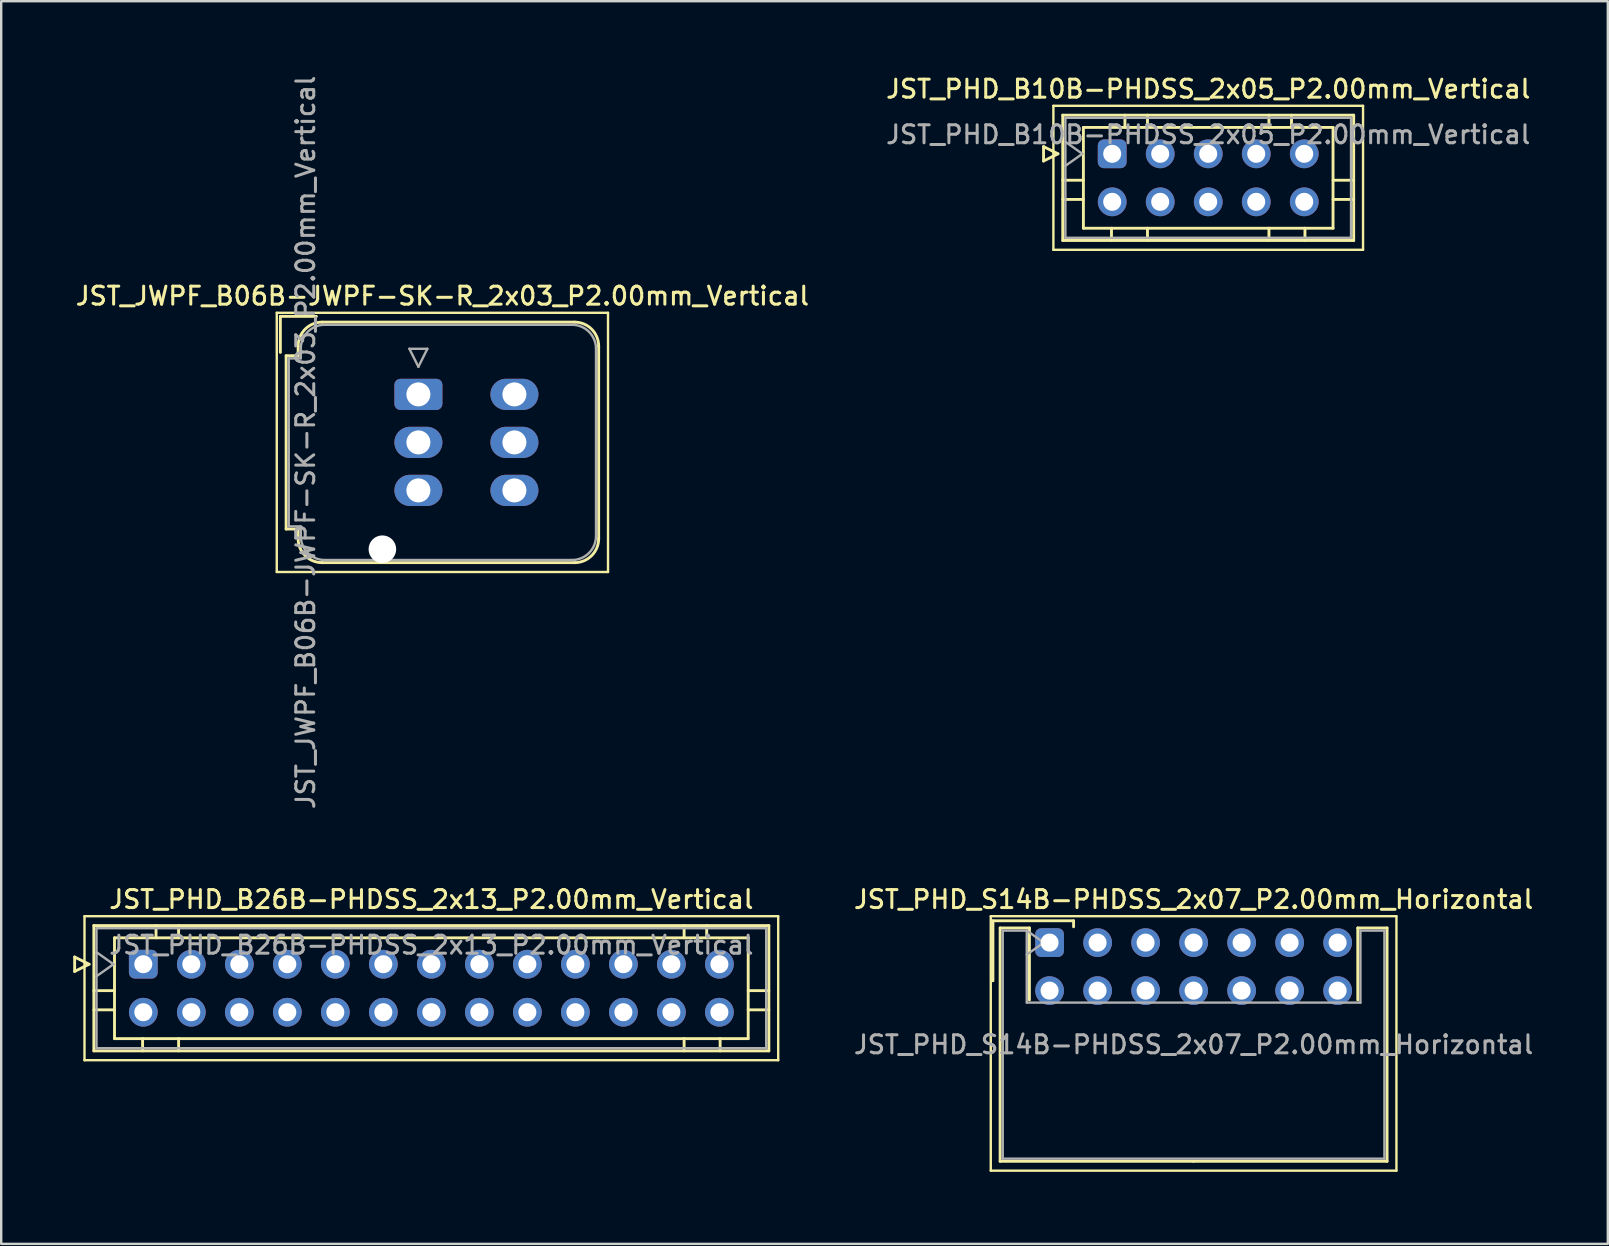
<source format=kicad_pcb>
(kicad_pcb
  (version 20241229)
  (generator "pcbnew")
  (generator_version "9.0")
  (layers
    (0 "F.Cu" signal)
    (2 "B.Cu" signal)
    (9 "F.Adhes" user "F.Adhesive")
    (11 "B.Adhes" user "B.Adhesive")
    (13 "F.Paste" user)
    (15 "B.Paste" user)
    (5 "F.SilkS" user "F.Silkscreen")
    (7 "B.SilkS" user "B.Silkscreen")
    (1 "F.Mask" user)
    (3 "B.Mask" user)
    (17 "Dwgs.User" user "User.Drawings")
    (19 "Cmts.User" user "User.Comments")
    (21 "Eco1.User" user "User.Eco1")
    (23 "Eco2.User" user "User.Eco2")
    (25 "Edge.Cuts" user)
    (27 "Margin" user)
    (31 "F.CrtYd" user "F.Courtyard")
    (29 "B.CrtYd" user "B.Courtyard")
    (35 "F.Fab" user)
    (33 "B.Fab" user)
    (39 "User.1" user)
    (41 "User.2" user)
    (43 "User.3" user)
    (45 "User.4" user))
  (footprint "JST_PHD_B26B-PHDSS_2x13_P2.00mm_Vertical"
    (layer "F.Cu")
    (at 2.92 37.119)
    (property "Reference" "JST_PHD_B26B-PHDSS_2x13_P2.00mm_Vertical" (at 12 -2.7 0) (layer "F.SilkS") (effects (font (size 0.75 0.75) (thickness 0.125))))
    (attr through_hole)
    (fp_line (start -2.86 -0.3) (end -2.26 0) (stroke (width 0.12) (type solid)) (layer "F.SilkS"))
    (fp_line (start -2.86 0.3) (end -2.86 -0.3) (stroke (width 0.12) (type solid)) (layer "F.SilkS"))
    (fp_line (start -2.45 -2) (end -2.45 4) (stroke (width 0.1) (type solid)) (layer "F.SilkS"))
    (fp_line (start -2.45 4) (end 26.45 4) (stroke (width 0.1) (type solid)) (layer "F.SilkS"))
    (fp_line (start -2.26 0) (end -2.86 0.3) (stroke (width 0.12) (type solid)) (layer "F.SilkS"))
    (fp_line (start -2.06 -1.61) (end -2.06 3.61) (stroke (width 0.12) (type solid)) (layer "F.SilkS"))
    (fp_line (start -2.06 1.1) (end -1.2 1.1) (stroke (width 0.12) (type solid)) (layer "F.SilkS"))
    (fp_line (start -2.06 1.9) (end -1.2 1.9) (stroke (width 0.12) (type solid)) (layer "F.SilkS"))
    (fp_line (start -2.06 3.61) (end 26.06 3.61) (stroke (width 0.12) (type solid)) (layer "F.SilkS"))
    (fp_line (start -1.2 -1.1) (end -1.2 3.1) (stroke (width 0.12) (type solid)) (layer "F.SilkS"))
    (fp_line (start -1.2 3.1) (end 25.2 3.1) (stroke (width 0.12) (type solid)) (layer "F.SilkS"))
    (fp_line (start -0.03 3.61) (end -0.03 3.1) (stroke (width 0.12) (type solid)) (layer "F.SilkS"))
    (fp_line (start 0.53 -1.61) (end 0.53 -1.1) (stroke (width 0.12) (type solid)) (layer "F.SilkS"))
    (fp_line (start 1.47 -1.61) (end 1.47 -1.1) (stroke (width 0.12) (type solid)) (layer "F.SilkS"))
    (fp_line (start 1.47 3.61) (end 1.47 3.1) (stroke (width 0.12) (type solid)) (layer "F.SilkS"))
    (fp_line (start 22.53 -1.61) (end 22.53 -1.1) (stroke (width 0.12) (type solid)) (layer "F.SilkS"))
    (fp_line (start 22.53 3.61) (end 22.53 3.1) (stroke (width 0.12) (type solid)) (layer "F.SilkS"))
    (fp_line (start 23.47 -1.61) (end 23.47 -1.1) (stroke (width 0.12) (type solid)) (layer "F.SilkS"))
    (fp_line (start 24.03 3.61) (end 24.03 3.1) (stroke (width 0.12) (type solid)) (layer "F.SilkS"))
    (fp_line (start 25.2 -1.1) (end -1.2 -1.1) (stroke (width 0.12) (type solid)) (layer "F.SilkS"))
    (fp_line (start 25.2 3.1) (end 25.2 -1.1) (stroke (width 0.12) (type solid)) (layer "F.SilkS"))
    (fp_line (start 26.06 -1.61) (end -2.06 -1.61) (stroke (width 0.12) (type solid)) (layer "F.SilkS"))
    (fp_line (start 26.06 1.1) (end 25.2 1.1) (stroke (width 0.12) (type solid)) (layer "F.SilkS"))
    (fp_line (start 26.06 1.9) (end 25.2 1.9) (stroke (width 0.12) (type solid)) (layer "F.SilkS"))
    (fp_line (start 26.06 3.61) (end 26.06 -1.61) (stroke (width 0.12) (type solid)) (layer "F.SilkS"))
    (fp_line (start 26.45 -2) (end -2.45 -2) (stroke (width 0.1) (type solid)) (layer "F.SilkS"))
    (fp_line (start 26.45 4) (end 26.45 -2) (stroke (width 0.1) (type solid)) (layer "F.SilkS"))
    (fp_line (start -1.95 -1.5) (end -1.95 3.5) (stroke (width 0.1) (type solid)) (layer "F.Fab"))
    (fp_line (start -1.95 0.5) (end -1.243 0) (stroke (width 0.1) (type solid)) (layer "F.Fab"))
    (fp_line (start -1.95 3.5) (end 25.95 3.5) (stroke (width 0.1) (type solid)) (layer "F.Fab"))
    (fp_line (start -1.243 0) (end -1.95 -0.5) (stroke (width 0.1) (type solid)) (layer "F.Fab"))
    (fp_line (start 25.95 -1.5) (end -1.95 -1.5) (stroke (width 0.1) (type solid)) (layer "F.Fab"))
    (fp_line (start 25.95 3.5) (end 25.95 -1.5) (stroke (width 0.1) (type solid)) (layer "F.Fab"))
    (fp_text user "${REFERENCE}" (at 12 -0.8 0) (layer "F.Fab") (effects (font (size 0.75 0.75) (thickness 0.125))))
    (pad "1" thru_hole roundrect (at 0 0) (size 1.2 1.2) (drill 0.75) (layers "*.Cu" "*.Mask") (roundrect_rratio 0.208))
    (pad "2" thru_hole circle (at 0 2) (size 1.2 1.2) (drill 0.75) (layers "*.Cu" "*.Mask"))
    (pad "3" thru_hole circle (at 2 0) (size 1.2 1.2) (drill 0.75) (layers "*.Cu" "*.Mask"))
    (pad "4" thru_hole circle (at 2 2) (size 1.2 1.2) (drill 0.75) (layers "*.Cu" "*.Mask"))
    (pad "5" thru_hole circle (at 4 0) (size 1.2 1.2) (drill 0.75) (layers "*.Cu" "*.Mask"))
    (pad "6" thru_hole circle (at 4 2) (size 1.2 1.2) (drill 0.75) (layers "*.Cu" "*.Mask"))
    (pad "7" thru_hole circle (at 6 0) (size 1.2 1.2) (drill 0.75) (layers "*.Cu" "*.Mask"))
    (pad "8" thru_hole circle (at 6 2) (size 1.2 1.2) (drill 0.75) (layers "*.Cu" "*.Mask"))
    (pad "9" thru_hole circle (at 8 0) (size 1.2 1.2) (drill 0.75) (layers "*.Cu" "*.Mask"))
    (pad "10" thru_hole circle (at 8 2) (size 1.2 1.2) (drill 0.75) (layers "*.Cu" "*.Mask"))
    (pad "11" thru_hole circle (at 10 0) (size 1.2 1.2) (drill 0.75) (layers "*.Cu" "*.Mask"))
    (pad "12" thru_hole circle (at 10 2) (size 1.2 1.2) (drill 0.75) (layers "*.Cu" "*.Mask"))
    (pad "13" thru_hole circle (at 12 0) (size 1.2 1.2) (drill 0.75) (layers "*.Cu" "*.Mask"))
    (pad "14" thru_hole circle (at 12 2) (size 1.2 1.2) (drill 0.75) (layers "*.Cu" "*.Mask"))
    (pad "15" thru_hole circle (at 14 0) (size 1.2 1.2) (drill 0.75) (layers "*.Cu" "*.Mask"))
    (pad "16" thru_hole circle (at 14 2) (size 1.2 1.2) (drill 0.75) (layers "*.Cu" "*.Mask"))
    (pad "17" thru_hole circle (at 16 0) (size 1.2 1.2) (drill 0.75) (layers "*.Cu" "*.Mask"))
    (pad "18" thru_hole circle (at 16 2) (size 1.2 1.2) (drill 0.75) (layers "*.Cu" "*.Mask"))
    (pad "19" thru_hole circle (at 18 0) (size 1.2 1.2) (drill 0.75) (layers "*.Cu" "*.Mask"))
    (pad "20" thru_hole circle (at 18 2) (size 1.2 1.2) (drill 0.75) (layers "*.Cu" "*.Mask"))
    (pad "21" thru_hole circle (at 20 0) (size 1.2 1.2) (drill 0.75) (layers "*.Cu" "*.Mask"))
    (pad "22" thru_hole circle (at 20 2) (size 1.2 1.2) (drill 0.75) (layers "*.Cu" "*.Mask"))
    (pad "23" thru_hole circle (at 22 0) (size 1.2 1.2) (drill 0.75) (layers "*.Cu" "*.Mask"))
    (pad "24" thru_hole circle (at 22 2) (size 1.2 1.2) (drill 0.75) (layers "*.Cu" "*.Mask"))
    (pad "25" thru_hole circle (at 24 0) (size 1.2 1.2) (drill 0.75) (layers "*.Cu" "*.Mask"))
    (pad "26" thru_hole circle (at 24 2) (size 1.2 1.2) (drill 0.75) (layers "*.Cu" "*.Mask")))
  (footprint "JST_PHD_B10B-PHDSS_2x05_P2.00mm_Vertical"
    (layer "F.Cu")
    (at 43.284 3.358)
    (property "Reference" "JST_PHD_B10B-PHDSS_2x05_P2.00mm_Vertical" (at 4 -2.7 0) (layer "F.SilkS") (effects (font (size 0.75 0.75) (thickness 0.125))))
    (attr through_hole)
    (fp_line (start -2.86 -0.3) (end -2.26 0) (stroke (width 0.12) (type solid)) (layer "F.SilkS"))
    (fp_line (start -2.86 0.3) (end -2.86 -0.3) (stroke (width 0.12) (type solid)) (layer "F.SilkS"))
    (fp_line (start -2.45 -2) (end -2.45 4) (stroke (width 0.1) (type solid)) (layer "F.SilkS"))
    (fp_line (start -2.45 4) (end 10.45 4) (stroke (width 0.1) (type solid)) (layer "F.SilkS"))
    (fp_line (start -2.26 0) (end -2.86 0.3) (stroke (width 0.12) (type solid)) (layer "F.SilkS"))
    (fp_line (start -2.06 -1.61) (end -2.06 3.61) (stroke (width 0.12) (type solid)) (layer "F.SilkS"))
    (fp_line (start -2.06 1.1) (end -1.2 1.1) (stroke (width 0.12) (type solid)) (layer "F.SilkS"))
    (fp_line (start -2.06 1.9) (end -1.2 1.9) (stroke (width 0.12) (type solid)) (layer "F.SilkS"))
    (fp_line (start -2.06 3.61) (end 10.06 3.61) (stroke (width 0.12) (type solid)) (layer "F.SilkS"))
    (fp_line (start -1.2 -1.1) (end -1.2 3.1) (stroke (width 0.12) (type solid)) (layer "F.SilkS"))
    (fp_line (start -1.2 3.1) (end 9.2 3.1) (stroke (width 0.12) (type solid)) (layer "F.SilkS"))
    (fp_line (start -0.03 3.61) (end -0.03 3.1) (stroke (width 0.12) (type solid)) (layer "F.SilkS"))
    (fp_line (start 0.53 -1.61) (end 0.53 -1.1) (stroke (width 0.12) (type solid)) (layer "F.SilkS"))
    (fp_line (start 1.47 -1.61) (end 1.47 -1.1) (stroke (width 0.12) (type solid)) (layer "F.SilkS"))
    (fp_line (start 1.47 3.61) (end 1.47 3.1) (stroke (width 0.12) (type solid)) (layer "F.SilkS"))
    (fp_line (start 6.53 -1.61) (end 6.53 -1.1) (stroke (width 0.12) (type solid)) (layer "F.SilkS"))
    (fp_line (start 6.53 3.61) (end 6.53 3.1) (stroke (width 0.12) (type solid)) (layer "F.SilkS"))
    (fp_line (start 7.47 -1.61) (end 7.47 -1.1) (stroke (width 0.12) (type solid)) (layer "F.SilkS"))
    (fp_line (start 8.03 3.61) (end 8.03 3.1) (stroke (width 0.12) (type solid)) (layer "F.SilkS"))
    (fp_line (start 9.2 -1.1) (end -1.2 -1.1) (stroke (width 0.12) (type solid)) (layer "F.SilkS"))
    (fp_line (start 9.2 3.1) (end 9.2 -1.1) (stroke (width 0.12) (type solid)) (layer "F.SilkS"))
    (fp_line (start 10.06 -1.61) (end -2.06 -1.61) (stroke (width 0.12) (type solid)) (layer "F.SilkS"))
    (fp_line (start 10.06 1.1) (end 9.2 1.1) (stroke (width 0.12) (type solid)) (layer "F.SilkS"))
    (fp_line (start 10.06 1.9) (end 9.2 1.9) (stroke (width 0.12) (type solid)) (layer "F.SilkS"))
    (fp_line (start 10.06 3.61) (end 10.06 -1.61) (stroke (width 0.12) (type solid)) (layer "F.SilkS"))
    (fp_line (start 10.45 -2) (end -2.45 -2) (stroke (width 0.1) (type solid)) (layer "F.SilkS"))
    (fp_line (start 10.45 4) (end 10.45 -2) (stroke (width 0.1) (type solid)) (layer "F.SilkS"))
    (fp_line (start -1.95 -1.5) (end -1.95 3.5) (stroke (width 0.1) (type solid)) (layer "F.Fab"))
    (fp_line (start -1.95 0.5) (end -1.243 0) (stroke (width 0.1) (type solid)) (layer "F.Fab"))
    (fp_line (start -1.95 3.5) (end 9.95 3.5) (stroke (width 0.1) (type solid)) (layer "F.Fab"))
    (fp_line (start -1.243 0) (end -1.95 -0.5) (stroke (width 0.1) (type solid)) (layer "F.Fab"))
    (fp_line (start 9.95 -1.5) (end -1.95 -1.5) (stroke (width 0.1) (type solid)) (layer "F.Fab"))
    (fp_line (start 9.95 3.5) (end 9.95 -1.5) (stroke (width 0.1) (type solid)) (layer "F.Fab"))
    (fp_text user "${REFERENCE}" (at 4 -0.8 0) (layer "F.Fab") (effects (font (size 0.75 0.75) (thickness 0.125))))
    (pad "1" thru_hole roundrect (at 0 0) (size 1.2 1.2) (drill 0.75) (layers "*.Cu" "*.Mask") (roundrect_rratio 0.208))
    (pad "2" thru_hole circle (at 0 2) (size 1.2 1.2) (drill 0.75) (layers "*.Cu" "*.Mask"))
    (pad "3" thru_hole circle (at 2 0) (size 1.2 1.2) (drill 0.75) (layers "*.Cu" "*.Mask"))
    (pad "4" thru_hole circle (at 2 2) (size 1.2 1.2) (drill 0.75) (layers "*.Cu" "*.Mask"))
    (pad "5" thru_hole circle (at 4 0) (size 1.2 1.2) (drill 0.75) (layers "*.Cu" "*.Mask"))
    (pad "6" thru_hole circle (at 4 2) (size 1.2 1.2) (drill 0.75) (layers "*.Cu" "*.Mask"))
    (pad "7" thru_hole circle (at 6 0) (size 1.2 1.2) (drill 0.75) (layers "*.Cu" "*.Mask"))
    (pad "8" thru_hole circle (at 6 2) (size 1.2 1.2) (drill 0.75) (layers "*.Cu" "*.Mask"))
    (pad "9" thru_hole circle (at 8 0) (size 1.2 1.2) (drill 0.75) (layers "*.Cu" "*.Mask"))
    (pad "10" thru_hole circle (at 8 2) (size 1.2 1.2) (drill 0.75) (layers "*.Cu" "*.Mask")))
  (footprint "JST_PHD_S14B-PHDSS_2x07_P2.00mm_Horizontal"
    (layer "F.Cu")
    (at 40.675 36.219)
    (property "Reference" "JST_PHD_S14B-PHDSS_2x07_P2.00mm_Horizontal" (at 6 -1.8 0) (layer "F.SilkS") (effects (font (size 0.75 0.75) (thickness 0.125))))
    (attr through_hole)
    (fp_line (start -2.45 -1.1) (end -2.45 9.5) (stroke (width 0.1) (type solid)) (layer "F.SilkS"))
    (fp_line (start -2.45 9.5) (end 14.45 9.5) (stroke (width 0.1) (type solid)) (layer "F.SilkS"))
    (fp_line (start -2.36 -0.91) (end -2.36 1.59) (stroke (width 0.12) (type solid)) (layer "F.SilkS"))
    (fp_line (start -2.06 -0.61) (end -2.06 9.11) (stroke (width 0.12) (type solid)) (layer "F.SilkS"))
    (fp_line (start -2.06 9.11) (end 6 9.11) (stroke (width 0.12) (type solid)) (layer "F.SilkS"))
    (fp_line (start -0.84 -0.61) (end -2.06 -0.61) (stroke (width 0.12) (type solid)) (layer "F.SilkS"))
    (fp_line (start -0.84 2.39) (end -0.84 -0.61) (stroke (width 0.12) (type solid)) (layer "F.SilkS"))
    (fp_line (start 1 -0.91) (end -2.36 -0.91) (stroke (width 0.12) (type solid)) (layer "F.SilkS"))
    (fp_line (start 1 -0.66) (end 1 -0.91) (stroke (width 0.12) (type solid)) (layer "F.SilkS"))
    (fp_line (start 12.84 -0.61) (end 14.06 -0.61) (stroke (width 0.12) (type solid)) (layer "F.SilkS"))
    (fp_line (start 12.84 2.39) (end 12.84 -0.61) (stroke (width 0.12) (type solid)) (layer "F.SilkS"))
    (fp_line (start 14.06 -0.61) (end 14.06 9.11) (stroke (width 0.12) (type solid)) (layer "F.SilkS"))
    (fp_line (start 14.06 9.11) (end 6 9.11) (stroke (width 0.12) (type solid)) (layer "F.SilkS"))
    (fp_line (start 14.45 -1.1) (end -2.45 -1.1) (stroke (width 0.1) (type solid)) (layer "F.SilkS"))
    (fp_line (start 14.45 9.5) (end 14.45 -1.1) (stroke (width 0.1) (type solid)) (layer "F.SilkS"))
    (fp_line (start -1.95 -0.5) (end -0.95 -0.5) (stroke (width 0.1) (type solid)) (layer "F.Fab"))
    (fp_line (start -1.95 9) (end -1.95 -0.5) (stroke (width 0.1) (type solid)) (layer "F.Fab"))
    (fp_line (start -0.95 -0.5) (end -0.95 2.5) (stroke (width 0.1) (type solid)) (layer "F.Fab"))
    (fp_line (start -0.95 -0.5) (end -0.243 0) (stroke (width 0.1) (type solid)) (layer "F.Fab"))
    (fp_line (start -0.95 2.5) (end 12.95 2.5) (stroke (width 0.1) (type solid)) (layer "F.Fab"))
    (fp_line (start -0.243 0) (end -0.95 0.5) (stroke (width 0.1) (type solid)) (layer "F.Fab"))
    (fp_line (start 12.95 -0.5) (end 13.95 -0.5) (stroke (width 0.1) (type solid)) (layer "F.Fab"))
    (fp_line (start 12.95 2.5) (end 12.95 -0.5) (stroke (width 0.1) (type solid)) (layer "F.Fab"))
    (fp_line (start 13.95 -0.5) (end 13.95 9) (stroke (width 0.1) (type solid)) (layer "F.Fab"))
    (fp_line (start 13.95 9) (end -1.95 9) (stroke (width 0.1) (type solid)) (layer "F.Fab"))
    (fp_text user "${REFERENCE}" (at 6 4.25 0) (layer "F.Fab") (effects (font (size 0.75 0.75) (thickness 0.125))))
    (pad "1" thru_hole roundrect (at 0 0) (size 1.2 1.2) (drill 0.75) (layers "*.Cu" "*.Mask") (roundrect_rratio 0.208))
    (pad "2" thru_hole circle (at 0 2) (size 1.2 1.2) (drill 0.75) (layers "*.Cu" "*.Mask"))
    (pad "3" thru_hole circle (at 2 0) (size 1.2 1.2) (drill 0.75) (layers "*.Cu" "*.Mask"))
    (pad "4" thru_hole circle (at 2 2) (size 1.2 1.2) (drill 0.75) (layers "*.Cu" "*.Mask"))
    (pad "5" thru_hole circle (at 4 0) (size 1.2 1.2) (drill 0.75) (layers "*.Cu" "*.Mask"))
    (pad "6" thru_hole circle (at 4 2) (size 1.2 1.2) (drill 0.75) (layers "*.Cu" "*.Mask"))
    (pad "7" thru_hole circle (at 6 0) (size 1.2 1.2) (drill 0.75) (layers "*.Cu" "*.Mask"))
    (pad "8" thru_hole circle (at 6 2) (size 1.2 1.2) (drill 0.75) (layers "*.Cu" "*.Mask"))
    (pad "9" thru_hole circle (at 8 0) (size 1.2 1.2) (drill 0.75) (layers "*.Cu" "*.Mask"))
    (pad "10" thru_hole circle (at 8 2) (size 1.2 1.2) (drill 0.75) (layers "*.Cu" "*.Mask"))
    (pad "11" thru_hole circle (at 10 0) (size 1.2 1.2) (drill 0.75) (layers "*.Cu" "*.Mask"))
    (pad "12" thru_hole circle (at 10 2) (size 1.2 1.2) (drill 0.75) (layers "*.Cu" "*.Mask"))
    (pad "13" thru_hole circle (at 12 0) (size 1.2 1.2) (drill 0.75) (layers "*.Cu" "*.Mask"))
    (pad "14" thru_hole circle (at 12 2) (size 1.2 1.2) (drill 0.75) (layers "*.Cu" "*.Mask")))
  (footprint "JST_JWPF_B06B-JWPF-SK-R_2x03_P2.00mm_Vertical"
    (layer "F.Cu")
    (at 14.38 13.38)
    (property "Reference" "JST_JWPF_B06B-JWPF-SK-R_2x03_P2.00mm_Vertical" (at 1 -4.1 0) (layer "F.SilkS") (effects (font (size 0.75 0.75) (thickness 0.125))))
    (attr through_hole)
    (fp_line (start -5.9 -3.4) (end -5.9 7.4) (stroke (width 0.1) (type solid)) (layer "F.SilkS"))
    (fp_line (start -5.9 7.4) (end 7.9 7.4) (stroke (width 0.1) (type solid)) (layer "F.SilkS"))
    (fp_line (start -5.75 -3.25) (end -4.25 -3.25) (stroke (width 0.12) (type solid)) (layer "F.SilkS"))
    (fp_line (start -5.75 -1.75) (end -5.75 -3.25) (stroke (width 0.12) (type solid)) (layer "F.SilkS"))
    (fp_line (start -5.51 -1.61) (end -5.51 5.61) (stroke (width 0.12) (type solid)) (layer "F.SilkS"))
    (fp_line (start -5.51 5.61) (end -5.01 5.61) (stroke (width 0.12) (type solid)) (layer "F.SilkS"))
    (fp_line (start -5.01 -2.01) (end -5.01 -1.61) (stroke (width 0.12) (type solid)) (layer "F.SilkS"))
    (fp_line (start -5.01 -1.61) (end -5.51 -1.61) (stroke (width 0.12) (type solid)) (layer "F.SilkS"))
    (fp_line (start -5.01 5.61) (end -5.01 6.01) (stroke (width 0.12) (type solid)) (layer "F.SilkS"))
    (fp_line (start -4.01 -3.01) (end 6.51 -3.01) (stroke (width 0.12) (type solid)) (layer "F.SilkS"))
    (fp_line (start -4.01 7.01) (end 6.51 7.01) (stroke (width 0.12) (type solid)) (layer "F.SilkS"))
    (fp_line (start 7.51 -2.01) (end 7.51 6.01) (stroke (width 0.12) (type solid)) (layer "F.SilkS"))
    (fp_line (start 7.9 -3.4) (end -5.9 -3.4) (stroke (width 0.1) (type solid)) (layer "F.SilkS"))
    (fp_line (start 7.9 7.4) (end 7.9 -3.4) (stroke (width 0.1) (type solid)) (layer "F.SilkS"))
    (fp_arc (start -5.01 -2.01) (mid -4.717107 -2.717107) (end -4.01 -3.01) (stroke (width 0.12) (type solid)) (layer "F.SilkS"))
    (fp_arc (start -4.01 7.01) (mid -4.717107 6.717107) (end -5.01 6.01) (stroke (width 0.12) (type solid)) (layer "F.SilkS"))
    (fp_arc (start 6.51 -3.01) (mid 7.217107 -2.717107) (end 7.51 -2.01) (stroke (width 0.12) (type solid)) (layer "F.SilkS"))
    (fp_arc (start 7.51 6.01) (mid 7.217107 6.717107) (end 6.51 7.01) (stroke (width 0.12) (type solid)) (layer "F.SilkS"))
    (fp_line (start -5.4 -1.5) (end -5.4 5.5) (stroke (width 0.1) (type solid)) (layer "F.Fab"))
    (fp_line (start -5.4 5.5) (end -4.9 5.5) (stroke (width 0.1) (type solid)) (layer "F.Fab"))
    (fp_line (start -4.9 -1.9) (end -4.9 -1.5) (stroke (width 0.1) (type solid)) (layer "F.Fab"))
    (fp_line (start -4.9 -1.5) (end -5.4 -1.5) (stroke (width 0.1) (type solid)) (layer "F.Fab"))
    (fp_line (start -4.9 5.5) (end -4.9 5.9) (stroke (width 0.1) (type solid)) (layer "F.Fab"))
    (fp_line (start -3.9 -2.9) (end 6.4 -2.9) (stroke (width 0.1) (type solid)) (layer "F.Fab"))
    (fp_line (start -3.9 6.9) (end 6.4 6.9) (stroke (width 0.1) (type solid)) (layer "F.Fab"))
    (fp_line (start -0.375 -1.9) (end 0.375 -1.9) (stroke (width 0.1) (type solid)) (layer "F.Fab"))
    (fp_line (start 0 -1.15) (end -0.375 -1.9) (stroke (width 0.1) (type solid)) (layer "F.Fab"))
    (fp_line (start 0.375 -1.9) (end 0 -1.15) (stroke (width 0.1) (type solid)) (layer "F.Fab"))
    (fp_line (start 7.4 -1.9) (end 7.4 5.9) (stroke (width 0.1) (type solid)) (layer "F.Fab"))
    (fp_arc (start -4.9 -1.9) (mid -4.607107 -2.607107) (end -3.9 -2.9) (stroke (width 0.1) (type solid)) (layer "F.Fab"))
    (fp_arc (start -3.9 6.9) (mid -4.607107 6.607107) (end -4.9 5.9) (stroke (width 0.1) (type solid)) (layer "F.Fab"))
    (fp_arc (start 6.4 -2.9) (mid 7.107107 -2.607107) (end 7.4 -1.9) (stroke (width 0.1) (type solid)) (layer "F.Fab"))
    (fp_arc (start 7.4 5.9) (mid 7.107107 6.607107) (end 6.4 6.9) (stroke (width 0.1) (type solid)) (layer "F.Fab"))
    (fp_text user "${REFERENCE}" (at -4.7 2 90) (layer "F.Fab") (effects (font (size 0.75 0.75) (thickness 0.125))))
    (pad "" np_thru_hole circle (at -1.5 6.45) (size 1.15 1.15) (drill 1.15) (layers "*.Cu" "*.Mask"))
    (pad "1" thru_hole roundrect (at 0 0) (size 2 1.3) (drill 1) (layers "*.Cu" "*.Mask") (roundrect_rratio 0.192))
    (pad "2" thru_hole oval (at 0 2) (size 2 1.3) (drill 1) (layers "*.Cu" "*.Mask"))
    (pad "3" thru_hole oval (at 0 4) (size 2 1.3) (drill 1) (layers "*.Cu" "*.Mask"))
    (pad "4" thru_hole oval (at 4 0) (size 2 1.3) (drill 1) (layers "*.Cu" "*.Mask"))
    (pad "5" thru_hole oval (at 4 2) (size 2 1.3) (drill 1) (layers "*.Cu" "*.Mask"))
    (pad "6" thru_hole oval (at 4 4) (size 2 1.3) (drill 1) (layers "*.Cu" "*.Mask")))
  (gr_rect
    (start -3 -3)
    (end 63.931 48.769)
    (stroke (width 0.1) (type default))
    (fill no)
    (layer "Edge.Cuts")))
</source>
